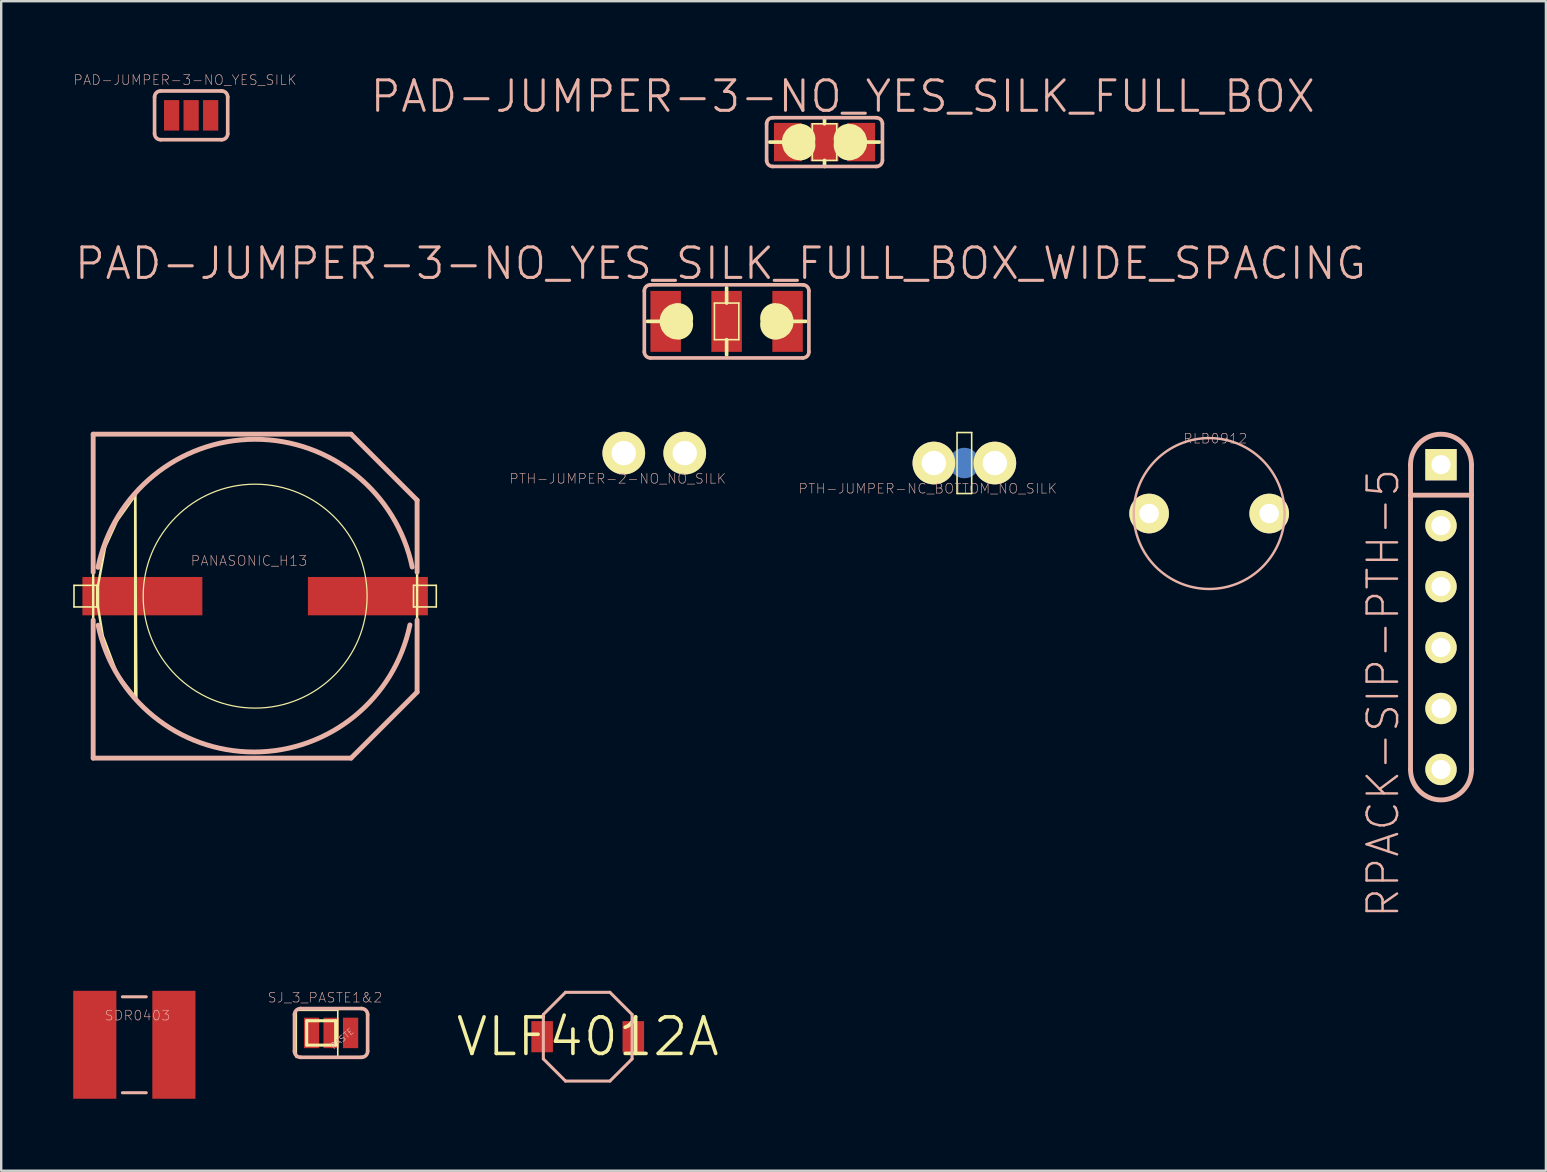
<source format=kicad_pcb>
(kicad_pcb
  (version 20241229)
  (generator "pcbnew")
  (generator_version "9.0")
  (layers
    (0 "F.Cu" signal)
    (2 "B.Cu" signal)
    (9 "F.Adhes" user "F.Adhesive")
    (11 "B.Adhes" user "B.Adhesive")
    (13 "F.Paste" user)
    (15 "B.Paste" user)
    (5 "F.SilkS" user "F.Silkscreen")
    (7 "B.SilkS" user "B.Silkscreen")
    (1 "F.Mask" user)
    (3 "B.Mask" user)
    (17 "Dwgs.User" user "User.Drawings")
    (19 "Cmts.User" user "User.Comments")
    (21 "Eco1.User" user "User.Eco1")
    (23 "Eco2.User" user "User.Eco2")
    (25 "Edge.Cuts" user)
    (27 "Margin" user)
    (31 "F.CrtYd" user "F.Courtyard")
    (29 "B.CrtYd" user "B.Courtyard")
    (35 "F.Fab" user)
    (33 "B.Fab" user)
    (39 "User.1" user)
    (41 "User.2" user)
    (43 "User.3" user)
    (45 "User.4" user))
  (footprint "PAD-JUMPER-3-NO_YES_SILK"
    (layer "F.Cu")
    (at 4.915 1.756)
    (property "Reference" "PAD-JUMPER-3-NO_YES_SILK" (at -0.254 -1.473 0) (layer "B.SilkS") (effects (font (size 0.406 0.406) (thickness 0.025))))
    (attr smd)
    (fp_line (start -1.524 0.762) (end -1.524 -0.762) (stroke (width 0.152) (type solid)) (layer "B.SilkS"))
    (fp_line (start -1.27 -1.016) (end 1.27 -1.016) (stroke (width 0.152) (type solid)) (layer "B.SilkS"))
    (fp_line (start 1.27 1.016) (end -1.27 1.016) (stroke (width 0.152) (type solid)) (layer "B.SilkS"))
    (fp_line (start 1.524 0.762) (end 1.524 -0.762) (stroke (width 0.152) (type solid)) (layer "B.SilkS"))
    (fp_arc (start -1.524 -0.762) (mid -1.449605 -0.941605) (end -1.27 -1.016) (stroke (width 0.1524) (type solid)) (layer "B.SilkS"))
    (fp_arc (start -1.27 1.016) (mid -1.449605 0.941605) (end -1.524 0.762) (stroke (width 0.1524) (type solid)) (layer "B.SilkS"))
    (fp_arc (start 1.27 -1.016) (mid 1.449605 -0.941605) (end 1.524 -0.762) (stroke (width 0.1524) (type solid)) (layer "B.SilkS"))
    (fp_arc (start 1.524 0.762) (mid 1.449605 0.941605) (end 1.27 1.016) (stroke (width 0.1524) (type solid)) (layer "B.SilkS"))
    (pad "1" smd rect (at -0.813 0) (size 0.635 1.27) (layers "F.Cu" "F.Mask" "F.Paste"))
    (pad "2" smd rect (at 0 0) (size 0.635 1.27) (layers "F.Cu" "F.Mask" "F.Paste"))
    (pad "3" smd rect (at 0.813 0) (size 0.635 1.27) (layers "F.Cu" "F.Mask" "F.Paste")))
  (footprint "PANASONIC_H13"
    (layer "F.Cu")
    (at 7.582 21.792)
    (property "Reference" "PANASONIC_H13" (at -0.254 -1.473 0) (layer "B.SilkS") (effects (font (size 0.406 0.406) (thickness 0.025))))
    (attr smd)
    (fp_line (start -7.549 -0.45) (end -6.599 -0.45) (stroke (width 0.066) (type solid)) (layer "F.SilkS"))
    (fp_line (start -7.549 0.45) (end -7.549 -0.45) (stroke (width 0.066) (type solid)) (layer "F.SilkS"))
    (fp_line (start -7.549 0.45) (end -6.599 0.45) (stroke (width 0.066) (type solid)) (layer "F.SilkS"))
    (fp_line (start -6.749 -6.749) (end 3.998 -6.749) (stroke (width 0.102) (type solid)) (layer "F.SilkS"))
    (fp_line (start -6.749 6.749) (end -6.749 -6.749) (stroke (width 0.102) (type solid)) (layer "F.SilkS"))
    (fp_line (start -6.599 0.45) (end -6.599 -0.45) (stroke (width 0.066) (type solid)) (layer "F.SilkS"))
    (fp_line (start -6.548 -0.45) (end -6.548 0.45) (stroke (width 0.102) (type solid)) (layer "F.SilkS"))
    (fp_line (start -6.548 0.45) (end -6.35 1.648) (stroke (width 0.102) (type solid)) (layer "F.SilkS"))
    (fp_line (start -6.35 1.648) (end -5.748 3.249) (stroke (width 0.102) (type solid)) (layer "F.SilkS"))
    (fp_line (start -6.248 -2.05) (end -6.548 -0.45) (stroke (width 0.102) (type solid)) (layer "F.SilkS"))
    (fp_line (start -5.748 -3.15) (end -6.248 -2.05) (stroke (width 0.102) (type solid)) (layer "F.SilkS"))
    (fp_line (start -5.748 3.249) (end -4.999 4.199) (stroke (width 0.102) (type solid)) (layer "F.SilkS"))
    (fp_line (start -4.999 -4.249) (end -4.948 4.348) (stroke (width 0.102) (type solid)) (layer "F.SilkS"))
    (fp_line (start -4.999 -4.199) (end -5.748 -3.15) (stroke (width 0.102) (type solid)) (layer "F.SilkS"))
    (fp_line (start -4.999 4.199) (end -4.999 -4.199) (stroke (width 0.102) (type solid)) (layer "F.SilkS"))
    (fp_line (start 3.998 -6.749) (end 6.749 -3.998) (stroke (width 0.102) (type solid)) (layer "F.SilkS"))
    (fp_line (start 3.998 6.749) (end -6.749 6.749) (stroke (width 0.102) (type solid)) (layer "F.SilkS"))
    (fp_line (start 6.599 -0.45) (end 7.549 -0.45) (stroke (width 0.066) (type solid)) (layer "F.SilkS"))
    (fp_line (start 6.599 0.45) (end 6.599 -0.45) (stroke (width 0.066) (type solid)) (layer "F.SilkS"))
    (fp_line (start 6.599 0.45) (end 7.549 0.45) (stroke (width 0.066) (type solid)) (layer "F.SilkS"))
    (fp_line (start 6.749 -3.998) (end 6.749 3.998) (stroke (width 0.102) (type solid)) (layer "F.SilkS"))
    (fp_line (start 6.749 3.998) (end 3.998 6.749) (stroke (width 0.102) (type solid)) (layer "F.SilkS"))
    (fp_line (start 7.549 0.45) (end 7.549 -0.45) (stroke (width 0.066) (type solid)) (layer "F.SilkS"))
    (fp_circle (center 0 0) (end -3.299 3.299) (stroke (width 0.051) (type solid)) (fill no) (layer "F.SilkS"))
    (fp_line (start -6.749 -6.749) (end 3.998 -6.749) (stroke (width 0.203) (type solid)) (layer "B.SilkS"))
    (fp_line (start -6.749 -0.998) (end -6.749 -6.749) (stroke (width 0.203) (type solid)) (layer "B.SilkS"))
    (fp_line (start -6.749 6.749) (end -6.749 0.998) (stroke (width 0.203) (type solid)) (layer "B.SilkS"))
    (fp_line (start 3.998 -6.749) (end 6.749 -3.998) (stroke (width 0.203) (type solid)) (layer "B.SilkS"))
    (fp_line (start 3.998 6.749) (end -6.749 6.749) (stroke (width 0.203) (type solid)) (layer "B.SilkS"))
    (fp_line (start 6.749 -3.998) (end 6.749 -0.998) (stroke (width 0.203) (type solid)) (layer "B.SilkS"))
    (fp_line (start 6.749 0.998) (end 6.749 3.998) (stroke (width 0.203) (type solid)) (layer "B.SilkS"))
    (fp_line (start 6.749 3.998) (end 3.998 6.749) (stroke (width 0.203) (type solid)) (layer "B.SilkS"))
    (fp_arc (start -6.54812 -1.19888) (mid -0.007159 -6.535716) (end 6.545217 -1.2129) (stroke (width 0.2032) (type solid)) (layer "B.SilkS"))
    (fp_arc (start 6.44906 1.19888) (mid -0.041454 6.494071) (end -6.54282 1.212209) (stroke (width 0.2032) (type solid)) (layer "B.SilkS"))
    (pad "+" smd rect (at 4.699 0) (size 4.999 1.598) (layers "F.Cu" "F.Mask" "F.Paste"))
    (pad "-" smd rect (at -4.699 0) (size 4.999 1.598) (layers "F.Cu" "F.Mask" "F.Paste")))
  (footprint "PTH-JUMPER-NC_BOTTOM_NO_SILK"
    (layer "F.Cu")
    (at 37.136 16.245)
    (property "Reference" "PTH-JUMPER-NC_BOTTOM_NO_SILK" (at -1.524 1.067 0) (layer "B.SilkS") (effects (font (size 0.406 0.406) (thickness 0.025))))
    (attr smd)
    (fp_line (start -0.305 -1.27) (end 0.305 -1.27) (stroke (width 0.066) (type solid)) (layer "F.SilkS"))
    (fp_line (start -0.305 1.27) (end -0.305 -1.27) (stroke (width 0.066) (type solid)) (layer "F.SilkS"))
    (fp_line (start -0.305 1.27) (end 0.305 1.27) (stroke (width 0.066) (type solid)) (layer "F.SilkS"))
    (fp_line (start 0.305 1.27) (end 0.305 -1.27) (stroke (width 0.066) (type solid)) (layer "F.SilkS"))
    (pad "1" thru_hole circle (at -1.27 0) (size 1.778 1.778) (drill 1.016) (layers "*.Cu" "F.Mask" "F.SilkS" "F.Paste"))
    (pad "2" thru_hole circle (at 1.27 0) (size 1.778 1.778) (drill 1.016) (layers "*.Cu" "F.Mask" "F.SilkS" "F.Paste"))
    (pad "P$1" smd circle (at 0 0 180) (size 1.27 1.27) (layers "B.Cu" "B.Mask")))
  (footprint "RLB0912"
    (layer "F.Cu")
    (at 47.337 18.349)
    (property "Reference" "RLB0912" (at 0.254 -3.124 0) (layer "B.SilkS") (effects (font (size 0.406 0.406) (thickness 0.025))))
    (attr exclude_from_pos_files exclude_from_bom)
    (fp_circle (center 0 0) (end -2.223 2.223) (stroke (width 0.102) (type solid)) (fill no) (layer "B.SilkS"))
    (pad "1" thru_hole circle (at 2.502 0) (size 1.651 1.651) (drill 0.813) (layers "*.Cu" "F.Mask" "F.SilkS" "F.Paste"))
    (pad "2" thru_hole circle (at -2.502 0) (size 1.651 1.651) (drill 0.813) (layers "*.Cu" "F.Mask" "F.SilkS" "F.Paste")))
  (footprint "PAD-JUMPER-3-NO_YES_SILK_FULL_BOX_WIDE_SPACING"
    (layer "F.Cu")
    (at 27.229 10.342)
    (property "Reference" "PAD-JUMPER-3-NO_YES_SILK_FULL_BOX_WIDE_SPACING" (at -0.254 -2.413 0) (layer "B.SilkS") (effects (font (size 1.27 1.27) (thickness 0.127))))
    (attr smd)
    (fp_line (start -2.794 0) (end -3.302 0) (stroke (width 0.152) (type solid)) (layer "F.SilkS"))
    (fp_line (start -0.508 -0.762) (end 0.508 -0.762) (stroke (width 0.066) (type solid)) (layer "F.SilkS"))
    (fp_line (start -0.508 0.762) (end -0.508 -0.762) (stroke (width 0.066) (type solid)) (layer "F.SilkS"))
    (fp_line (start -0.508 0.762) (end 0.508 0.762) (stroke (width 0.066) (type solid)) (layer "F.SilkS"))
    (fp_line (start 0 -0.762) (end 0 -1.397) (stroke (width 0.152) (type solid)) (layer "F.SilkS"))
    (fp_line (start 0 1.397) (end 0 0.762) (stroke (width 0.152) (type solid)) (layer "F.SilkS"))
    (fp_line (start 0.508 0.762) (end 0.508 -0.762) (stroke (width 0.066) (type solid)) (layer "F.SilkS"))
    (fp_line (start 2.794 0) (end 3.302 0) (stroke (width 0.152) (type solid)) (layer "F.SilkS"))
    (fp_arc (start -2.032 0.127) (mid -2.159 0) (end -2.032 -0.127) (stroke (width 1.27) (type solid)) (layer "F.SilkS"))
    (fp_arc (start 2.032 -0.127) (mid 2.159 0) (end 2.032 0.127) (stroke (width 1.27) (type solid)) (layer "F.SilkS"))
    (fp_line (start -3.429 1.27) (end -3.429 -1.27) (stroke (width 0.152) (type solid)) (layer "B.SilkS"))
    (fp_line (start -3.175 -1.524) (end 3.175 -1.524) (stroke (width 0.152) (type solid)) (layer "B.SilkS"))
    (fp_line (start 3.175 1.524) (end -3.175 1.524) (stroke (width 0.152) (type solid)) (layer "B.SilkS"))
    (fp_line (start 3.429 1.27) (end 3.429 -1.27) (stroke (width 0.152) (type solid)) (layer "B.SilkS"))
    (fp_arc (start -3.429 -1.27) (mid -3.354605 -1.449605) (end -3.175 -1.524) (stroke (width 0.1524) (type solid)) (layer "B.SilkS"))
    (fp_arc (start -3.175 1.524) (mid -3.354605 1.449605) (end -3.429 1.27) (stroke (width 0.1524) (type solid)) (layer "B.SilkS"))
    (fp_arc (start 3.175 -1.524) (mid 3.354605 -1.449605) (end 3.429 -1.27) (stroke (width 0.1524) (type solid)) (layer "B.SilkS"))
    (fp_arc (start 3.429 1.27) (mid 3.354605 1.449605) (end 3.175 1.524) (stroke (width 0.1524) (type solid)) (layer "B.SilkS"))
    (pad "1" smd rect (at -2.54 0) (size 1.27 2.54) (layers "F.Cu" "F.Mask" "F.Paste"))
    (pad "2" smd rect (at 0 0) (size 1.27 2.54) (layers "F.Cu" "F.Mask" "F.Paste"))
    (pad "3" smd rect (at 2.54 0) (size 1.27 2.54) (layers "F.Cu" "F.Mask" "F.Paste")))
  (footprint "RPACK-SIP-PTH-5"
    (layer "F.Cu")
    (at 56.998 16.314)
    (property "Reference" "RPACK-SIP-PTH-5" (at -2.413 9.525 90) (layer "B.SilkS") (effects (font (size 1.27 1.27) (thickness 0.102))))
    (attr exclude_from_pos_files exclude_from_bom)
    (fp_line (start -1.27 0) (end -1.27 1.27) (stroke (width 0.203) (type solid)) (layer "B.SilkS"))
    (fp_line (start -1.27 1.27) (end -1.27 12.7) (stroke (width 0.203) (type solid)) (layer "B.SilkS"))
    (fp_line (start -1.27 1.27) (end 1.27 1.27) (stroke (width 0.203) (type solid)) (layer "B.SilkS"))
    (fp_line (start 1.27 1.27) (end 1.27 0) (stroke (width 0.203) (type solid)) (layer "B.SilkS"))
    (fp_line (start 1.27 12.7) (end 1.27 1.27) (stroke (width 0.203) (type solid)) (layer "B.SilkS"))
    (fp_arc (start -1.27 0) (mid 0 -1.27) (end 1.27 0) (stroke (width 0.2032) (type solid)) (layer "B.SilkS"))
    (fp_arc (start 1.27 12.7) (mid 0 13.97) (end -1.27 12.7) (stroke (width 0.2032) (type solid)) (layer "B.SilkS"))
    (pad "P$1" thru_hole rect (at 0 0) (size 1.306 1.306) (drill 0.798) (layers "*.Cu" "F.Mask" "F.SilkS" "F.Paste"))
    (pad "P$2" thru_hole circle (at 0 2.54) (size 1.306 1.306) (drill 0.798) (layers "*.Cu" "F.Mask" "F.SilkS" "F.Paste"))
    (pad "P$3" thru_hole circle (at 0 5.08) (size 1.306 1.306) (drill 0.798) (layers "*.Cu" "F.Mask" "F.SilkS" "F.Paste"))
    (pad "P$4" thru_hole circle (at 0 7.62) (size 1.306 1.306) (drill 0.798) (layers "*.Cu" "F.Mask" "F.SilkS" "F.Paste"))
    (pad "P$5" thru_hole circle (at 0 10.16) (size 1.306 1.306) (drill 0.798) (layers "*.Cu" "F.Mask" "F.SilkS" "F.Paste"))
    (pad "P$6" thru_hole circle (at 0 12.7) (size 1.306 1.306) (drill 0.798) (layers "*.Cu" "F.Mask" "F.SilkS" "F.Paste")))
  (footprint "PAD-JUMPER-3-NO_YES_SILK_FULL_BOX"
    (layer "F.Cu")
    (at 31.309 2.871)
    (property "Reference" "PAD-JUMPER-3-NO_YES_SILK_FULL_BOX" (at 0.762 -1.905 0) (layer "B.SilkS") (effects (font (size 1.27 1.27) (thickness 0.127))))
    (attr smd)
    (fp_line (start -1.778 0) (end -2.286 0) (stroke (width 0.152) (type solid)) (layer "F.SilkS"))
    (fp_line (start -0.508 -0.762) (end 0.508 -0.762) (stroke (width 0.066) (type solid)) (layer "F.SilkS"))
    (fp_line (start -0.508 0.762) (end -0.508 -0.762) (stroke (width 0.066) (type solid)) (layer "F.SilkS"))
    (fp_line (start -0.508 0.762) (end 0.508 0.762) (stroke (width 0.066) (type solid)) (layer "F.SilkS"))
    (fp_line (start 0 -0.762) (end 0 -1.016) (stroke (width 0.152) (type solid)) (layer "F.SilkS"))
    (fp_line (start 0 1.016) (end 0 0.762) (stroke (width 0.152) (type solid)) (layer "F.SilkS"))
    (fp_line (start 0.508 0.762) (end 0.508 -0.762) (stroke (width 0.066) (type solid)) (layer "F.SilkS"))
    (fp_line (start 1.778 0) (end 2.286 0) (stroke (width 0.152) (type solid)) (layer "F.SilkS"))
    (fp_arc (start -1.016 0.127) (mid -1.143 0) (end -1.016 -0.127) (stroke (width 1.27) (type solid)) (layer "F.SilkS"))
    (fp_arc (start 1.016 -0.127) (mid 1.143 0) (end 1.016 0.127) (stroke (width 1.27) (type solid)) (layer "F.SilkS"))
    (fp_line (start -2.413 0.762) (end -2.413 -0.762) (stroke (width 0.152) (type solid)) (layer "B.SilkS"))
    (fp_line (start -2.159 -1.016) (end 2.159 -1.016) (stroke (width 0.152) (type solid)) (layer "B.SilkS"))
    (fp_line (start 2.159 1.016) (end -2.159 1.016) (stroke (width 0.152) (type solid)) (layer "B.SilkS"))
    (fp_line (start 2.413 0.762) (end 2.413 -0.762) (stroke (width 0.152) (type solid)) (layer "B.SilkS"))
    (fp_arc (start -2.413 -0.762) (mid -2.338605 -0.941605) (end -2.159 -1.016) (stroke (width 0.1524) (type solid)) (layer "B.SilkS"))
    (fp_arc (start -2.159 1.016) (mid -2.338605 0.941605) (end -2.413 0.762) (stroke (width 0.1524) (type solid)) (layer "B.SilkS"))
    (fp_arc (start 2.159 -1.016) (mid 2.338605 -0.941605) (end 2.413 -0.762) (stroke (width 0.1524) (type solid)) (layer "B.SilkS"))
    (fp_arc (start 2.413 0.762) (mid 2.338605 0.941605) (end 2.159 1.016) (stroke (width 0.1524) (type solid)) (layer "B.SilkS"))
    (pad "1" smd rect (at -1.524 0) (size 1.168 1.6) (layers "F.Cu" "F.Mask" "F.Paste"))
    (pad "2" smd rect (at 0 0) (size 1.168 1.6) (layers "F.Cu" "F.Mask" "F.Paste"))
    (pad "3" smd rect (at 1.524 0) (size 1.168 1.6) (layers "F.Cu" "F.Mask" "F.Paste")))
  (footprint "SJ_3_PASTE1&2"
    (layer "F.Cu")
    (at 10.746 39.993)
    (property "Reference" "SJ_3_PASTE1&2" (at -0.254 -1.473 0) (layer "B.SilkS") (effects (font (size 0.406 0.406) (thickness 0.025))))
    (attr smd)
    (fp_line (start -1.448 -0.94) (end 0.279 -0.94) (stroke (width 0.066) (type solid)) (layer "F.SilkS"))
    (fp_line (start -1.448 1.016) (end -1.448 -0.94) (stroke (width 0.066) (type solid)) (layer "F.SilkS"))
    (fp_line (start -1.448 1.016) (end 0.279 1.016) (stroke (width 0.066) (type solid)) (layer "F.SilkS"))
    (fp_line (start -1.016 -0.508) (end -1.016 0.508) (stroke (width 0.127) (type solid)) (layer "F.SilkS"))
    (fp_line (start -1.016 0.508) (end 0.191 0.508) (stroke (width 0.127) (type solid)) (layer "F.SilkS"))
    (fp_line (start 0.191 -0.508) (end -1.016 -0.508) (stroke (width 0.127) (type solid)) (layer "F.SilkS"))
    (fp_line (start 0.191 0.508) (end 0.191 -0.508) (stroke (width 0.127) (type solid)) (layer "F.SilkS"))
    (fp_line (start 0.279 1.016) (end 0.279 -0.94) (stroke (width 0.066) (type solid)) (layer "F.SilkS"))
    (fp_line (start -1.524 0.762) (end -1.524 -0.762) (stroke (width 0.152) (type solid)) (layer "B.SilkS"))
    (fp_line (start -1.27 -1.016) (end 1.27 -1.016) (stroke (width 0.152) (type solid)) (layer "B.SilkS"))
    (fp_line (start 1.27 1.016) (end -1.27 1.016) (stroke (width 0.152) (type solid)) (layer "B.SilkS"))
    (fp_line (start 1.524 0.762) (end 1.524 -0.762) (stroke (width 0.152) (type solid)) (layer "B.SilkS"))
    (fp_arc (start -1.524 -0.762) (mid -1.449605 -0.941605) (end -1.27 -1.016) (stroke (width 0.1524) (type solid)) (layer "B.SilkS"))
    (fp_arc (start -1.27 1.016) (mid -1.449605 0.941605) (end -1.524 0.762) (stroke (width 0.1524) (type solid)) (layer "B.SilkS"))
    (fp_arc (start 1.27 -1.016) (mid 1.449605 -0.941605) (end 1.524 -0.762) (stroke (width 0.1524) (type solid)) (layer "B.SilkS"))
    (fp_arc (start 1.524 0.762) (mid 1.449605 0.941605) (end 1.27 1.016) (stroke (width 0.1524) (type solid)) (layer "B.SilkS"))
    (fp_text user "PASTE" (at 0.457 0.241 40) (layer "B.SilkS") (effects (font (size 0.254 0.254) (thickness 0.025))))
    (pad "1" smd rect (at -0.813 0) (size 0.635 1.27) (layers "F.Cu" "F.Mask" "F.Paste"))
    (pad "2" smd rect (at 0 0) (size 0.635 1.27) (layers "F.Cu" "F.Mask" "F.Paste"))
    (pad "3" smd rect (at 0.813 0) (size 0.635 1.27) (layers "F.Cu" "F.Mask" "F.Paste")))
  (footprint "VLF4012A"
    (layer "F.Cu")
    (at 21.441 40.15)
    (property "Reference" "VLF4012A" (at 0 0 0) (layer "F.SilkS") (effects (font (size 1.524 1.524) (thickness 0.15))))
    (attr smd)
    (fp_line (start -1.849 -0.925) (end -1.849 0.925) (stroke (width 0.127) (type solid)) (layer "B.SilkS"))
    (fp_line (start -1.849 -0.925) (end -0.925 -1.849) (stroke (width 0.127) (type solid)) (layer "B.SilkS"))
    (fp_line (start -0.925 -1.849) (end 0.925 -1.849) (stroke (width 0.127) (type solid)) (layer "B.SilkS"))
    (fp_line (start -0.925 1.849) (end -1.849 0.925) (stroke (width 0.127) (type solid)) (layer "B.SilkS"))
    (fp_line (start -0.925 1.849) (end 0.925 1.849) (stroke (width 0.127) (type solid)) (layer "B.SilkS"))
    (fp_line (start 0.925 -1.849) (end 1.849 -0.925) (stroke (width 0.127) (type solid)) (layer "B.SilkS"))
    (fp_line (start 1.849 -0.925) (end 1.849 0.925) (stroke (width 0.127) (type solid)) (layer "B.SilkS"))
    (fp_line (start 1.849 0.925) (end 0.925 1.849) (stroke (width 0.127) (type solid)) (layer "B.SilkS"))
    (pad "P$1" smd rect (at -1.9 0) (size 0.899 1.298) (layers "F.Cu" "F.Mask" "F.Paste"))
    (pad "P$2" smd rect (at 1.9 0) (size 0.899 1.298) (layers "F.Cu" "F.Mask" "F.Paste")))
  (footprint "SDR0403"
    (layer "F.Cu")
    (at 2.548 40.487)
    (property "Reference" "SDR0403" (at 0.127 -1.219 0) (layer "B.SilkS") (effects (font (size 0.406 0.406) (thickness 0.025))))
    (attr smd)
    (fp_line (start -0.498 -1.999) (end 0.498 -1.999) (stroke (width 0.127) (type solid)) (layer "B.SilkS"))
    (fp_line (start -0.498 1.999) (end 0.498 1.999) (stroke (width 0.127) (type solid)) (layer "B.SilkS"))
    (pad "P$1" smd rect (at -1.648 0 90) (size 4.498 1.798) (layers "F.Cu" "F.Mask" "F.Paste"))
    (pad "P$2" smd rect (at 1.648 0 90) (size 4.498 1.798) (layers "F.Cu" "F.Mask" "F.Paste")))
  (footprint "PTH-JUMPER-2-NO_NO_SILK"
    (layer "F.Cu")
    (at 24.214 15.831)
    (property "Reference" "PTH-JUMPER-2-NO_NO_SILK" (at -1.524 1.067 0) (layer "B.SilkS") (effects (font (size 0.406 0.406) (thickness 0.025))))
    (attr exclude_from_pos_files exclude_from_bom)
    (pad "1" thru_hole circle (at -1.27 0) (size 1.778 1.778) (drill 1.016) (layers "*.Cu" "F.Mask" "F.SilkS" "F.Paste"))
    (pad "2" thru_hole circle (at 1.27 0) (size 1.778 1.778) (drill 1.016) (layers "*.Cu" "F.Mask" "F.SilkS" "F.Paste")))
  (gr_rect
    (start -3 -3)
    (end 61.37 45.736)
    (stroke (width 0.1) (type default))
    (fill no)
    (layer "Edge.Cuts")))
</source>
